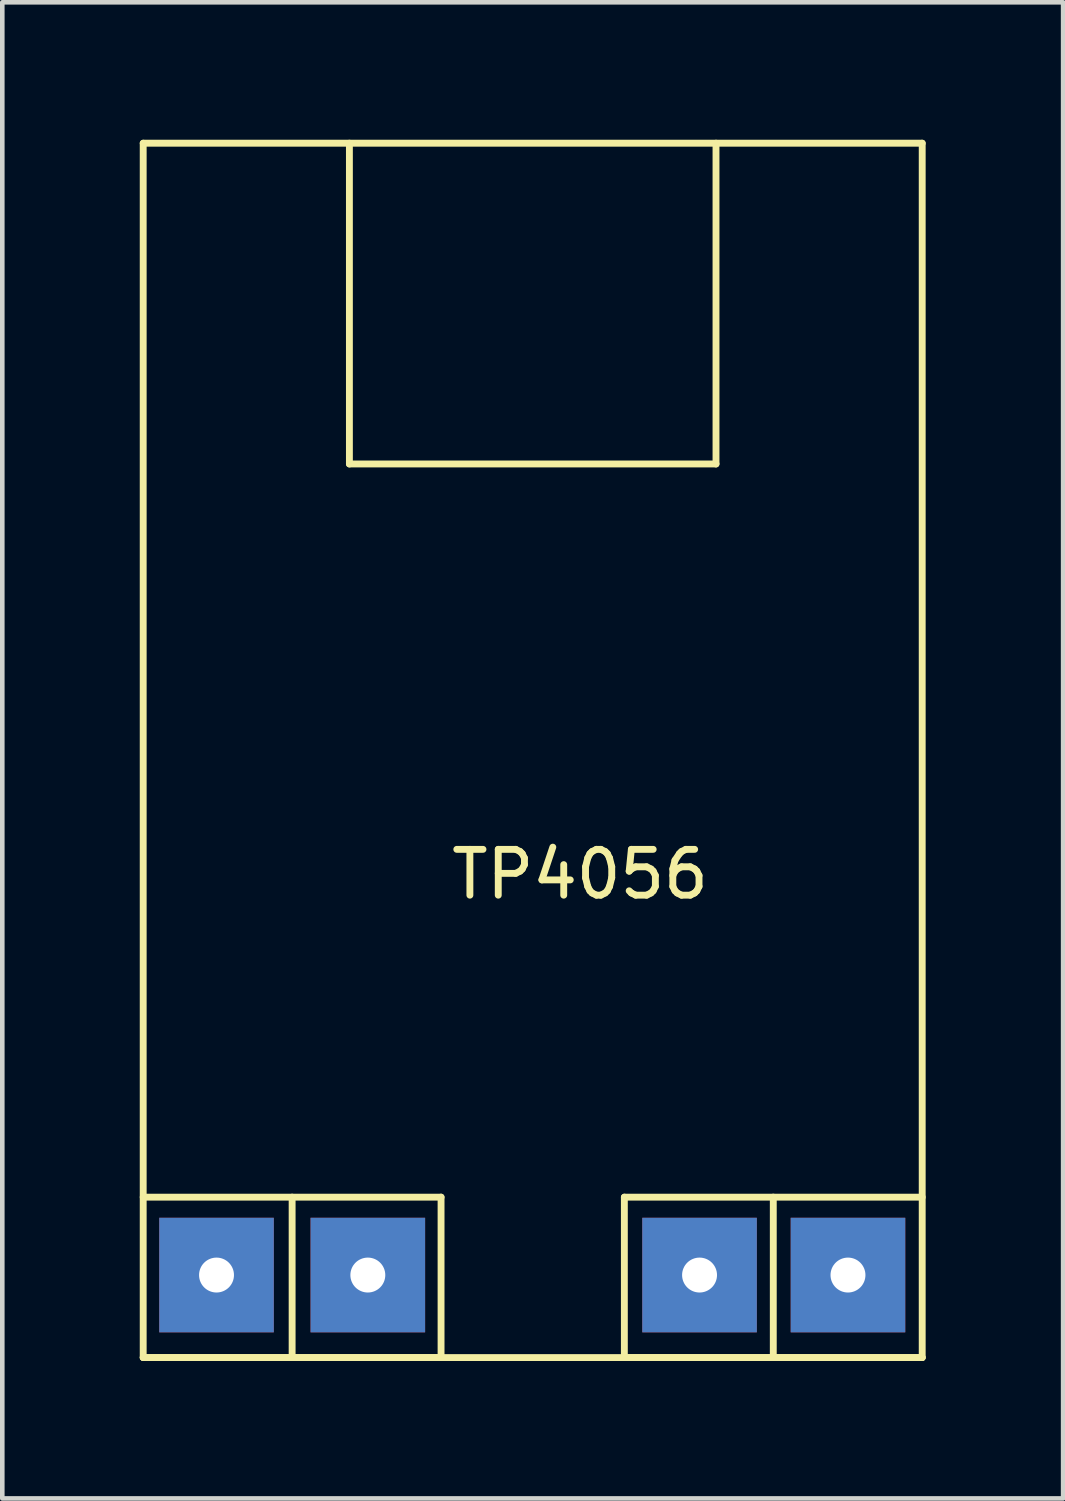
<source format=kicad_pcb>
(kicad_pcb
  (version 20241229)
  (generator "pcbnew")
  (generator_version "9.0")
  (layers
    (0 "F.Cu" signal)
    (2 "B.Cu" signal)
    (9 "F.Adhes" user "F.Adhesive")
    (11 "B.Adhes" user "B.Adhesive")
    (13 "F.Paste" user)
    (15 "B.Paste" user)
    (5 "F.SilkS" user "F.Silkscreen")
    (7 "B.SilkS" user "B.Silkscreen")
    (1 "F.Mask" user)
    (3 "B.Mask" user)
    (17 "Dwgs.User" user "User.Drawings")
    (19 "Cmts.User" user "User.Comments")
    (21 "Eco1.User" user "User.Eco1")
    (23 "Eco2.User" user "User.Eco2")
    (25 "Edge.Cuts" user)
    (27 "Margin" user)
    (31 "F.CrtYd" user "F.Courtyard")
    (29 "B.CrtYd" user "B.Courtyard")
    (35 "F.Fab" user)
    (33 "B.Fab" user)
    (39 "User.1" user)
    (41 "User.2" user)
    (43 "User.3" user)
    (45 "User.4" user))
  (footprint "TP4056"
    (layer "F.Cu")
    (at 1.675 24.775)
    (property "Reference" "TP4056" (at 7.934 -8.745 0) (layer "F.SilkS") (effects (font (size 1 1) (thickness 0.15))))
    (attr through_hole)
    (fp_line (start -1.6 -24.7) (end -1.6 1.8) (stroke (width 0.15) (type solid)) (layer "F.SilkS"))
    (fp_line (start -1.6 1.8) (end 4.9 1.8) (stroke (width 0.15) (type solid)) (layer "F.SilkS"))
    (fp_line (start -1.6 1.8) (end 15.4 1.8) (stroke (width 0.15) (type solid)) (layer "F.SilkS"))
    (fp_line (start 1.65 -1.7) (end 1.65 1.8) (stroke (width 0.15) (type solid)) (layer "F.SilkS"))
    (fp_line (start 2.9 -24.7) (end 2.9 -17.7) (stroke (width 0.15) (type solid)) (layer "F.SilkS"))
    (fp_line (start 2.9 -17.7) (end 10.9 -17.7) (stroke (width 0.15) (type solid)) (layer "F.SilkS"))
    (fp_line (start 4.9 -1.7) (end -1.6 -1.7) (stroke (width 0.15) (type solid)) (layer "F.SilkS"))
    (fp_line (start 4.9 1.8) (end 4.9 -1.7) (stroke (width 0.15) (type solid)) (layer "F.SilkS"))
    (fp_line (start 8.9 -1.7) (end 15.4 -1.7) (stroke (width 0.15) (type solid)) (layer "F.SilkS"))
    (fp_line (start 8.9 1.8) (end 8.9 -1.7) (stroke (width 0.15) (type solid)) (layer "F.SilkS"))
    (fp_line (start 10.9 -17.7) (end 10.9 -24.7) (stroke (width 0.15) (type solid)) (layer "F.SilkS"))
    (fp_line (start 12.15 1.8) (end 12.15 -1.7) (stroke (width 0.15) (type solid)) (layer "F.SilkS"))
    (fp_line (start 15.4 -24.7) (end -1.6 -24.7) (stroke (width 0.15) (type solid)) (layer "F.SilkS"))
    (fp_line (start 15.4 1.8) (end 8.9 1.8) (stroke (width 0.15) (type solid)) (layer "F.SilkS"))
    (fp_line (start 15.4 1.8) (end 15.4 -24.7) (stroke (width 0.15) (type solid)) (layer "F.SilkS"))
    (pad "1" thru_hole rect (at 0 0) (size 2.5 2.5) (drill 0.762) (layers "*.Cu" "*.Mask"))
    (pad "2" thru_hole rect (at 3.302 0) (size 2.5 2.5) (drill 0.762) (layers "*.Cu" "*.Mask"))
    (pad "3" thru_hole rect (at 10.541 0) (size 2.5 2.5) (drill 0.762) (layers "*.Cu" "*.Mask"))
    (pad "4" thru_hole rect (at 13.78 0) (size 2.5 2.5) (drill 0.762) (layers "*.Cu" "*.Mask")))
  (gr_rect
    (start -3 -3)
    (end 20.15 29.65)
    (stroke (width 0.1) (type default))
    (fill no)
    (layer "Edge.Cuts")))
</source>
